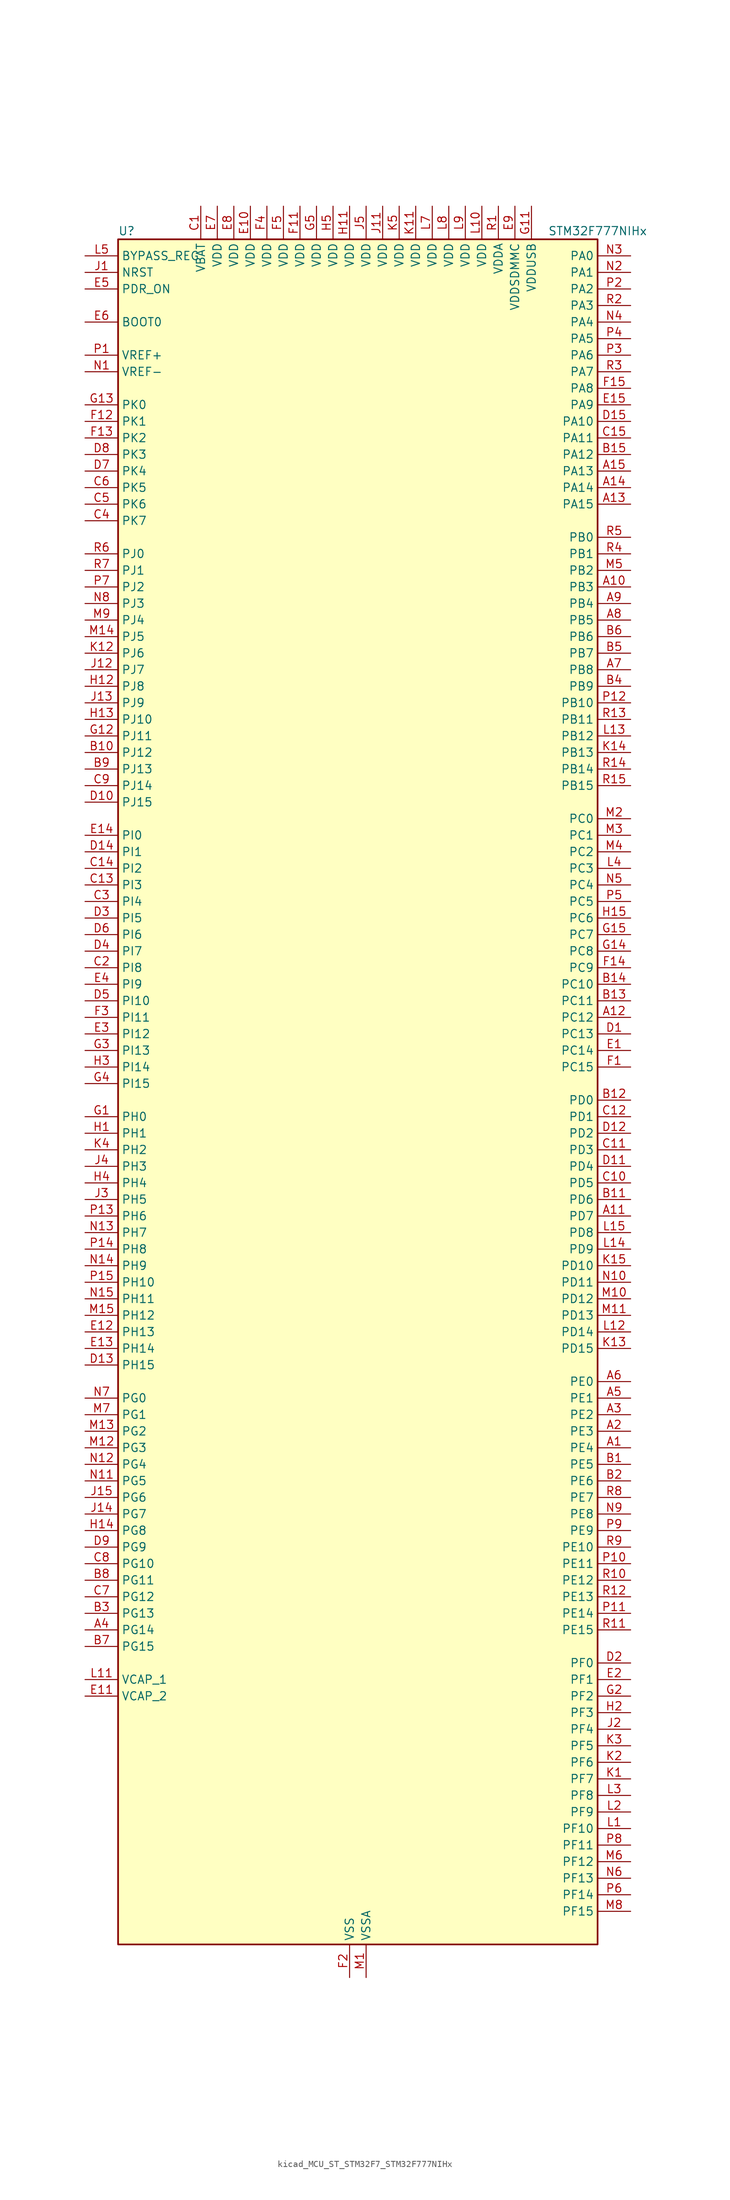
<source format=kicad_sym>
(kicad_symbol_lib
  (version 20220914)
  (generator kicad_symbol_editor)
  (symbol "kicad_MCU_ST_STM32F7_STM32F777NIHx"
    (property "Reference" "U"
      (at -35.56 133.35 0)
      (effects (font (size 1.27 1.27)) (justify left)))
    (property "Value" "STM32F777NIHx"
      (at 30.48 133.35 0)
      (effects (font (size 1.27 1.27)) (justify left)))
    (property "ki_locked" ""
      (at 0 0 0)
      (effects (font (size 1.27 1.27))))
    (symbol "kicad_MCU_ST_STM32F7_STM32F777NIHx_0_1"
      (rectangle (start -35.56 -129.54) (end 38.1 132.08) (stroke (width 0.254) (type default)) (fill (type background))))
    (symbol "kicad_MCU_ST_STM32F7_STM32F777NIHx_1_1"
      (pin bidirectional line (at 43.18 -53.34 180) (length 5.08) (name "PE4" (effects (font (size 1.27 1.27)))) (number "A1" (effects (font (size 1.27 1.27)))) (alternate "DCMI_D4" bidirectional line) (alternate "DFSDM1_DATIN3" bidirectional line) (alternate "FMC_A20" bidirectional line) (alternate "LTDC_B0" bidirectional line) (alternate "SAI1_FS_A" bidirectional line) (alternate "SPI4_NSS" bidirectional line) (alternate "SYS_TRACED1" bidirectional line))
      (pin bidirectional line (at 43.18 78.74 180) (length 5.08) (name "PB3" (effects (font (size 1.27 1.27)))) (number "A10" (effects (font (size 1.27 1.27)))) (alternate "CAN3_RX" bidirectional line) (alternate "I2S1_CK" bidirectional line) (alternate "I2S3_CK" bidirectional line) (alternate "SDMMC2_D2" bidirectional line) (alternate "SPI1_SCK" bidirectional line) (alternate "SPI3_SCK" bidirectional line) (alternate "SPI6_SCK" bidirectional line) (alternate "SYS_JTDO-SWO" bidirectional line) (alternate "TIM2_CH2" bidirectional line) (alternate "UART7_RX" bidirectional line))
      (pin bidirectional line (at 43.18 -17.78 180) (length 5.08) (name "PD7" (effects (font (size 1.27 1.27)))) (number "A11" (effects (font (size 1.27 1.27)))) (alternate "DFSDM1_CKIN1" bidirectional line) (alternate "DFSDM1_DATIN4" bidirectional line) (alternate "FMC_NE1" bidirectional line) (alternate "I2S1_SD" bidirectional line) (alternate "SDMMC2_CMD" bidirectional line) (alternate "SPDIFRX_IN0" bidirectional line) (alternate "SPI1_MOSI" bidirectional line) (alternate "USART2_CK" bidirectional line))
      (pin bidirectional line (at 43.18 12.7 180) (length 5.08) (name "PC12" (effects (font (size 1.27 1.27)))) (number "A12" (effects (font (size 1.27 1.27)))) (alternate "DCMI_D9" bidirectional line) (alternate "I2S3_SD" bidirectional line) (alternate "SDMMC1_CK" bidirectional line) (alternate "SPI3_MOSI" bidirectional line) (alternate "SYS_TRACED3" bidirectional line) (alternate "UART5_TX" bidirectional line) (alternate "USART3_CK" bidirectional line))
      (pin bidirectional line (at 43.18 91.44 180) (length 5.08) (name "PA15" (effects (font (size 1.27 1.27)))) (number "A13" (effects (font (size 1.27 1.27)))) (alternate "CAN3_TX" bidirectional line) (alternate "CEC" bidirectional line) (alternate "I2S1_WS" bidirectional line) (alternate "I2S3_WS" bidirectional line) (alternate "SPI1_NSS" bidirectional line) (alternate "SPI3_NSS" bidirectional line) (alternate "SPI6_NSS" bidirectional line) (alternate "SYS_JTDI" bidirectional line) (alternate "TIM2_CH1" bidirectional line) (alternate "TIM2_ETR" bidirectional line) (alternate "UART4_DE" bidirectional line) (alternate "UART4_RTS" bidirectional line) (alternate "UART7_TX" bidirectional line))
      (pin bidirectional line (at 43.18 93.98 180) (length 5.08) (name "PA14" (effects (font (size 1.27 1.27)))) (number "A14" (effects (font (size 1.27 1.27)))) (alternate "SYS_JTCK-SWCLK" bidirectional line))
      (pin bidirectional line (at 43.18 96.52 180) (length 5.08) (name "PA13" (effects (font (size 1.27 1.27)))) (number "A15" (effects (font (size 1.27 1.27)))) (alternate "SYS_JTMS-SWDIO" bidirectional line))
      (pin bidirectional line (at 43.18 -50.8 180) (length 5.08) (name "PE3" (effects (font (size 1.27 1.27)))) (number "A2" (effects (font (size 1.27 1.27)))) (alternate "FMC_A19" bidirectional line) (alternate "SAI1_SD_B" bidirectional line) (alternate "SYS_TRACED0" bidirectional line))
      (pin bidirectional line (at 43.18 -48.26 180) (length 5.08) (name "PE2" (effects (font (size 1.27 1.27)))) (number "A3" (effects (font (size 1.27 1.27)))) (alternate "ETH_TXD3" bidirectional line) (alternate "FMC_A23" bidirectional line) (alternate "QUADSPI_BK1_IO2" bidirectional line) (alternate "SAI1_MCLK_A" bidirectional line) (alternate "SPI4_SCK" bidirectional line) (alternate "SYS_TRACECLK" bidirectional line))
      (pin bidirectional line (at -40.64 -81.28 0) (length 5.08) (name "PG14" (effects (font (size 1.27 1.27)))) (number "A4" (effects (font (size 1.27 1.27)))) (alternate "ETH_TXD1" bidirectional line) (alternate "FMC_A25" bidirectional line) (alternate "LPTIM1_ETR" bidirectional line) (alternate "LTDC_B0" bidirectional line) (alternate "QUADSPI_BK2_IO3" bidirectional line) (alternate "SPI6_MOSI" bidirectional line) (alternate "SYS_TRACED1" bidirectional line) (alternate "USART6_TX" bidirectional line))
      (pin bidirectional line (at 43.18 -45.72 180) (length 5.08) (name "PE1" (effects (font (size 1.27 1.27)))) (number "A5" (effects (font (size 1.27 1.27)))) (alternate "DCMI_D3" bidirectional line) (alternate "FMC_NBL1" bidirectional line) (alternate "LPTIM1_IN2" bidirectional line) (alternate "UART8_TX" bidirectional line))
      (pin bidirectional line (at 43.18 -43.18 180) (length 5.08) (name "PE0" (effects (font (size 1.27 1.27)))) (number "A6" (effects (font (size 1.27 1.27)))) (alternate "DCMI_D2" bidirectional line) (alternate "FMC_NBL0" bidirectional line) (alternate "LPTIM1_ETR" bidirectional line) (alternate "SAI2_MCLK_A" bidirectional line) (alternate "TIM4_ETR" bidirectional line) (alternate "UART8_RX" bidirectional line))
      (pin bidirectional line (at 43.18 66.04 180) (length 5.08) (name "PB8" (effects (font (size 1.27 1.27)))) (number "A7" (effects (font (size 1.27 1.27)))) (alternate "CAN1_RX" bidirectional line) (alternate "DCMI_D6" bidirectional line) (alternate "DFSDM1_CKIN7" bidirectional line) (alternate "ETH_TXD3" bidirectional line) (alternate "I2C1_SCL" bidirectional line) (alternate "I2C4_SCL" bidirectional line) (alternate "LTDC_B6" bidirectional line) (alternate "SDMMC1_D4" bidirectional line) (alternate "SDMMC2_D4" bidirectional line) (alternate "TIM10_CH1" bidirectional line) (alternate "TIM4_CH3" bidirectional line) (alternate "UART5_RX" bidirectional line))
      (pin bidirectional line (at 43.18 73.66 180) (length 5.08) (name "PB5" (effects (font (size 1.27 1.27)))) (number "A8" (effects (font (size 1.27 1.27)))) (alternate "CAN2_RX" bidirectional line) (alternate "DCMI_D10" bidirectional line) (alternate "ETH_PPS_OUT" bidirectional line) (alternate "FMC_SDCKE1" bidirectional line) (alternate "I2C1_SMBA" bidirectional line) (alternate "I2S1_SD" bidirectional line) (alternate "I2S3_SD" bidirectional line) (alternate "LTDC_G7" bidirectional line) (alternate "SPI1_MOSI" bidirectional line) (alternate "SPI3_MOSI" bidirectional line) (alternate "SPI6_MOSI" bidirectional line) (alternate "TIM3_CH2" bidirectional line) (alternate "UART5_RX" bidirectional line) (alternate "USB_OTG_HS_ULPI_D7" bidirectional line))
      (pin bidirectional line (at 43.18 76.2 180) (length 5.08) (name "PB4" (effects (font (size 1.27 1.27)))) (number "A9" (effects (font (size 1.27 1.27)))) (alternate "CAN3_TX" bidirectional line) (alternate "I2S2_WS" bidirectional line) (alternate "SDMMC2_D3" bidirectional line) (alternate "SPI1_MISO" bidirectional line) (alternate "SPI2_NSS" bidirectional line) (alternate "SPI3_MISO" bidirectional line) (alternate "SPI6_MISO" bidirectional line) (alternate "SYS_JTRST" bidirectional line) (alternate "TIM3_CH1" bidirectional line) (alternate "UART7_TX" bidirectional line))
      (pin bidirectional line (at 43.18 -55.88 180) (length 5.08) (name "PE5" (effects (font (size 1.27 1.27)))) (number "B1" (effects (font (size 1.27 1.27)))) (alternate "DCMI_D6" bidirectional line) (alternate "DFSDM1_CKIN3" bidirectional line) (alternate "FMC_A21" bidirectional line) (alternate "LTDC_G0" bidirectional line) (alternate "SAI1_SCK_A" bidirectional line) (alternate "SPI4_MISO" bidirectional line) (alternate "SYS_TRACED2" bidirectional line) (alternate "TIM9_CH1" bidirectional line))
      (pin bidirectional line (at -40.64 53.34 0) (length 5.08) (name "PJ12" (effects (font (size 1.27 1.27)))) (number "B10" (effects (font (size 1.27 1.27)))) (alternate "LTDC_B0" bidirectional line) (alternate "LTDC_G3" bidirectional line))
      (pin bidirectional line (at 43.18 -15.24 180) (length 5.08) (name "PD6" (effects (font (size 1.27 1.27)))) (number "B11" (effects (font (size 1.27 1.27)))) (alternate "DCMI_D10" bidirectional line) (alternate "DFSDM1_CKIN4" bidirectional line) (alternate "DFSDM1_DATIN1" bidirectional line) (alternate "FMC_NWAIT" bidirectional line) (alternate "I2S3_SD" bidirectional line) (alternate "LTDC_B2" bidirectional line) (alternate "SAI1_SD_A" bidirectional line) (alternate "SDMMC2_CK" bidirectional line) (alternate "SPI3_MOSI" bidirectional line) (alternate "USART2_RX" bidirectional line))
      (pin bidirectional line (at 43.18 0 180) (length 5.08) (name "PD0" (effects (font (size 1.27 1.27)))) (number "B12" (effects (font (size 1.27 1.27)))) (alternate "CAN1_RX" bidirectional line) (alternate "DFSDM1_CKIN6" bidirectional line) (alternate "DFSDM1_DATIN7" bidirectional line) (alternate "FMC_D2" bidirectional line) (alternate "FMC_DA2" bidirectional line) (alternate "UART4_RX" bidirectional line))
      (pin bidirectional line (at 43.18 15.24 180) (length 5.08) (name "PC11" (effects (font (size 1.27 1.27)))) (number "B13" (effects (font (size 1.27 1.27)))) (alternate "ADC1_EXTI11" bidirectional line) (alternate "ADC2_EXTI11" bidirectional line) (alternate "ADC3_EXTI11" bidirectional line) (alternate "DCMI_D4" bidirectional line) (alternate "DFSDM1_DATIN5" bidirectional line) (alternate "QUADSPI_BK2_NCS" bidirectional line) (alternate "SDMMC1_D3" bidirectional line) (alternate "SPI3_MISO" bidirectional line) (alternate "UART4_RX" bidirectional line) (alternate "USART3_RX" bidirectional line))
      (pin bidirectional line (at 43.18 17.78 180) (length 5.08) (name "PC10" (effects (font (size 1.27 1.27)))) (number "B14" (effects (font (size 1.27 1.27)))) (alternate "DCMI_D8" bidirectional line) (alternate "DFSDM1_CKIN5" bidirectional line) (alternate "I2S3_CK" bidirectional line) (alternate "LTDC_R2" bidirectional line) (alternate "QUADSPI_BK1_IO1" bidirectional line) (alternate "SDMMC1_D2" bidirectional line) (alternate "SPI3_SCK" bidirectional line) (alternate "UART4_TX" bidirectional line) (alternate "USART3_TX" bidirectional line))
      (pin bidirectional line (at 43.18 99.06 180) (length 5.08) (name "PA12" (effects (font (size 1.27 1.27)))) (number "B15" (effects (font (size 1.27 1.27)))) (alternate "CAN1_TX" bidirectional line) (alternate "I2S2_CK" bidirectional line) (alternate "LTDC_R5" bidirectional line) (alternate "SAI2_FS_B" bidirectional line) (alternate "SPI2_SCK" bidirectional line) (alternate "TIM1_ETR" bidirectional line) (alternate "UART4_TX" bidirectional line) (alternate "USART1_DE" bidirectional line) (alternate "USART1_RTS" bidirectional line) (alternate "USB_OTG_FS_DP" bidirectional line))
      (pin bidirectional line (at 43.18 -58.42 180) (length 5.08) (name "PE6" (effects (font (size 1.27 1.27)))) (number "B2" (effects (font (size 1.27 1.27)))) (alternate "DCMI_D7" bidirectional line) (alternate "FMC_A22" bidirectional line) (alternate "LTDC_G1" bidirectional line) (alternate "SAI1_SD_A" bidirectional line) (alternate "SAI2_MCLK_B" bidirectional line) (alternate "SPI4_MOSI" bidirectional line) (alternate "SYS_TRACED3" bidirectional line) (alternate "TIM1_BKIN2" bidirectional line) (alternate "TIM9_CH2" bidirectional line))
      (pin bidirectional line (at -40.64 -78.74 0) (length 5.08) (name "PG13" (effects (font (size 1.27 1.27)))) (number "B3" (effects (font (size 1.27 1.27)))) (alternate "ETH_TXD0" bidirectional line) (alternate "FMC_A24" bidirectional line) (alternate "LPTIM1_OUT" bidirectional line) (alternate "LTDC_R0" bidirectional line) (alternate "SPI6_SCK" bidirectional line) (alternate "SYS_TRACED0" bidirectional line) (alternate "USART6_CTS" bidirectional line))
      (pin bidirectional line (at 43.18 63.5 180) (length 5.08) (name "PB9" (effects (font (size 1.27 1.27)))) (number "B4" (effects (font (size 1.27 1.27)))) (alternate "CAN1_TX" bidirectional line) (alternate "DAC_EXTI9" bidirectional line) (alternate "DCMI_D7" bidirectional line) (alternate "DFSDM1_DATIN7" bidirectional line) (alternate "I2C1_SDA" bidirectional line) (alternate "I2C4_SDA" bidirectional line) (alternate "I2C4_SMBA" bidirectional line) (alternate "I2S2_WS" bidirectional line) (alternate "LTDC_B7" bidirectional line) (alternate "SDMMC1_D5" bidirectional line) (alternate "SDMMC2_D5" bidirectional line) (alternate "SPI2_NSS" bidirectional line) (alternate "TIM11_CH1" bidirectional line) (alternate "TIM4_CH4" bidirectional line) (alternate "UART5_TX" bidirectional line))
      (pin bidirectional line (at 43.18 68.58 180) (length 5.08) (name "PB7" (effects (font (size 1.27 1.27)))) (number "B5" (effects (font (size 1.27 1.27)))) (alternate "DCMI_VSYNC" bidirectional line) (alternate "DFSDM1_CKIN5" bidirectional line) (alternate "FMC_NL" bidirectional line) (alternate "I2C1_SDA" bidirectional line) (alternate "I2C4_SDA" bidirectional line) (alternate "TIM4_CH2" bidirectional line) (alternate "USART1_RX" bidirectional line))
      (pin bidirectional line (at 43.18 71.12 180) (length 5.08) (name "PB6" (effects (font (size 1.27 1.27)))) (number "B6" (effects (font (size 1.27 1.27)))) (alternate "CAN2_TX" bidirectional line) (alternate "CEC" bidirectional line) (alternate "DCMI_D5" bidirectional line) (alternate "DFSDM1_DATIN5" bidirectional line) (alternate "FMC_SDNE1" bidirectional line) (alternate "I2C1_SCL" bidirectional line) (alternate "I2C4_SCL" bidirectional line) (alternate "QUADSPI_BK1_NCS" bidirectional line) (alternate "TIM4_CH1" bidirectional line) (alternate "UART5_TX" bidirectional line) (alternate "USART1_TX" bidirectional line))
      (pin bidirectional line (at -40.64 -83.82 0) (length 5.08) (name "PG15" (effects (font (size 1.27 1.27)))) (number "B7" (effects (font (size 1.27 1.27)))) (alternate "DCMI_D13" bidirectional line) (alternate "FMC_SDNCAS" bidirectional line) (alternate "USART6_CTS" bidirectional line))
      (pin bidirectional line (at -40.64 -73.66 0) (length 5.08) (name "PG11" (effects (font (size 1.27 1.27)))) (number "B8" (effects (font (size 1.27 1.27)))) (alternate "ADC1_EXTI11" bidirectional line) (alternate "ADC2_EXTI11" bidirectional line) (alternate "ADC3_EXTI11" bidirectional line) (alternate "DCMI_D3" bidirectional line) (alternate "ETH_TX_EN" bidirectional line) (alternate "I2S1_CK" bidirectional line) (alternate "LTDC_B3" bidirectional line) (alternate "SDMMC2_D2" bidirectional line) (alternate "SPDIFRX_IN0" bidirectional line) (alternate "SPI1_SCK" bidirectional line))
      (pin bidirectional line (at -40.64 50.8 0) (length 5.08) (name "PJ13" (effects (font (size 1.27 1.27)))) (number "B9" (effects (font (size 1.27 1.27)))) (alternate "LTDC_B1" bidirectional line) (alternate "LTDC_G4" bidirectional line))
      (pin power_in line (at -22.86 137.16 270) (length 5.08) (name "VBAT" (effects (font (size 1.27 1.27)))) (number "C1" (effects (font (size 1.27 1.27)))))
      (pin bidirectional line (at 43.18 -12.7 180) (length 5.08) (name "PD5" (effects (font (size 1.27 1.27)))) (number "C10" (effects (font (size 1.27 1.27)))) (alternate "FMC_NWE" bidirectional line) (alternate "USART2_TX" bidirectional line))
      (pin bidirectional line (at 43.18 -7.62 180) (length 5.08) (name "PD3" (effects (font (size 1.27 1.27)))) (number "C11" (effects (font (size 1.27 1.27)))) (alternate "DCMI_D5" bidirectional line) (alternate "DFSDM1_CKOUT" bidirectional line) (alternate "DFSDM1_DATIN0" bidirectional line) (alternate "FMC_CLK" bidirectional line) (alternate "I2S2_CK" bidirectional line) (alternate "LTDC_G7" bidirectional line) (alternate "SPI2_SCK" bidirectional line) (alternate "USART2_CTS" bidirectional line))
      (pin bidirectional line (at 43.18 -2.54 180) (length 5.08) (name "PD1" (effects (font (size 1.27 1.27)))) (number "C12" (effects (font (size 1.27 1.27)))) (alternate "CAN1_TX" bidirectional line) (alternate "DFSDM1_CKIN7" bidirectional line) (alternate "DFSDM1_DATIN6" bidirectional line) (alternate "FMC_D3" bidirectional line) (alternate "FMC_DA3" bidirectional line) (alternate "UART4_TX" bidirectional line))
      (pin bidirectional line (at -40.64 33.02 0) (length 5.08) (name "PI3" (effects (font (size 1.27 1.27)))) (number "C13" (effects (font (size 1.27 1.27)))) (alternate "DCMI_D10" bidirectional line) (alternate "FMC_D27" bidirectional line) (alternate "I2S2_SD" bidirectional line) (alternate "SPI2_MOSI" bidirectional line) (alternate "TIM8_ETR" bidirectional line))
      (pin bidirectional line (at -40.64 35.56 0) (length 5.08) (name "PI2" (effects (font (size 1.27 1.27)))) (number "C14" (effects (font (size 1.27 1.27)))) (alternate "DCMI_D9" bidirectional line) (alternate "FMC_D26" bidirectional line) (alternate "LTDC_G7" bidirectional line) (alternate "SPI2_MISO" bidirectional line) (alternate "TIM8_CH4" bidirectional line))
      (pin bidirectional line (at 43.18 101.6 180) (length 5.08) (name "PA11" (effects (font (size 1.27 1.27)))) (number "C15" (effects (font (size 1.27 1.27)))) (alternate "ADC1_EXTI11" bidirectional line) (alternate "ADC2_EXTI11" bidirectional line) (alternate "ADC3_EXTI11" bidirectional line) (alternate "CAN1_RX" bidirectional line) (alternate "I2S2_WS" bidirectional line) (alternate "LTDC_R4" bidirectional line) (alternate "SPI2_NSS" bidirectional line) (alternate "TIM1_CH4" bidirectional line) (alternate "UART4_RX" bidirectional line) (alternate "USART1_CTS" bidirectional line) (alternate "USB_OTG_FS_DM" bidirectional line))
      (pin bidirectional line (at -40.64 20.32 0) (length 5.08) (name "PI8" (effects (font (size 1.27 1.27)))) (number "C2" (effects (font (size 1.27 1.27)))) (alternate "RTC_TAMP2" bidirectional line) (alternate "RTC_TS" bidirectional line) (alternate "SYS_WKUP5" bidirectional line))
      (pin bidirectional line (at -40.64 30.48 0) (length 5.08) (name "PI4" (effects (font (size 1.27 1.27)))) (number "C3" (effects (font (size 1.27 1.27)))) (alternate "DCMI_D5" bidirectional line) (alternate "FMC_NBL2" bidirectional line) (alternate "LTDC_B4" bidirectional line) (alternate "SAI2_MCLK_A" bidirectional line) (alternate "TIM8_BKIN" bidirectional line))
      (pin bidirectional line (at -40.64 88.9 0) (length 5.08) (name "PK7" (effects (font (size 1.27 1.27)))) (number "C4" (effects (font (size 1.27 1.27)))) (alternate "LTDC_DE" bidirectional line))
      (pin bidirectional line (at -40.64 91.44 0) (length 5.08) (name "PK6" (effects (font (size 1.27 1.27)))) (number "C5" (effects (font (size 1.27 1.27)))) (alternate "LTDC_B7" bidirectional line))
      (pin bidirectional line (at -40.64 93.98 0) (length 5.08) (name "PK5" (effects (font (size 1.27 1.27)))) (number "C6" (effects (font (size 1.27 1.27)))) (alternate "LTDC_B6" bidirectional line))
      (pin bidirectional line (at -40.64 -76.2 0) (length 5.08) (name "PG12" (effects (font (size 1.27 1.27)))) (number "C7" (effects (font (size 1.27 1.27)))) (alternate "FMC_NE4" bidirectional line) (alternate "LPTIM1_IN1" bidirectional line) (alternate "LTDC_B1" bidirectional line) (alternate "LTDC_B4" bidirectional line) (alternate "SDMMC2_D3" bidirectional line) (alternate "SPDIFRX_IN1" bidirectional line) (alternate "SPI6_MISO" bidirectional line) (alternate "USART6_DE" bidirectional line) (alternate "USART6_RTS" bidirectional line))
      (pin bidirectional line (at -40.64 -71.12 0) (length 5.08) (name "PG10" (effects (font (size 1.27 1.27)))) (number "C8" (effects (font (size 1.27 1.27)))) (alternate "DCMI_D2" bidirectional line) (alternate "FMC_NE3" bidirectional line) (alternate "I2S1_WS" bidirectional line) (alternate "LTDC_B2" bidirectional line) (alternate "LTDC_G3" bidirectional line) (alternate "SAI2_SD_B" bidirectional line) (alternate "SDMMC2_D1" bidirectional line) (alternate "SPI1_NSS" bidirectional line))
      (pin bidirectional line (at -40.64 48.26 0) (length 5.08) (name "PJ14" (effects (font (size 1.27 1.27)))) (number "C9" (effects (font (size 1.27 1.27)))) (alternate "LTDC_B2" bidirectional line))
      (pin bidirectional line (at 43.18 10.16 180) (length 5.08) (name "PC13" (effects (font (size 1.27 1.27)))) (number "D1" (effects (font (size 1.27 1.27)))) (alternate "RTC_OUT" bidirectional line) (alternate "RTC_TAMP1" bidirectional line) (alternate "RTC_TS" bidirectional line) (alternate "SYS_WKUP4" bidirectional line))
      (pin bidirectional line (at -40.64 45.72 0) (length 5.08) (name "PJ15" (effects (font (size 1.27 1.27)))) (number "D10" (effects (font (size 1.27 1.27)))) (alternate "LTDC_B3" bidirectional line))
      (pin bidirectional line (at 43.18 -10.16 180) (length 5.08) (name "PD4" (effects (font (size 1.27 1.27)))) (number "D11" (effects (font (size 1.27 1.27)))) (alternate "DFSDM1_CKIN0" bidirectional line) (alternate "FMC_NOE" bidirectional line) (alternate "USART2_DE" bidirectional line) (alternate "USART2_RTS" bidirectional line))
      (pin bidirectional line (at 43.18 -5.08 180) (length 5.08) (name "PD2" (effects (font (size 1.27 1.27)))) (number "D12" (effects (font (size 1.27 1.27)))) (alternate "DCMI_D11" bidirectional line) (alternate "SDMMC1_CMD" bidirectional line) (alternate "SYS_TRACED2" bidirectional line) (alternate "TIM3_ETR" bidirectional line) (alternate "UART5_RX" bidirectional line))
      (pin bidirectional line (at -40.64 -40.64 0) (length 5.08) (name "PH15" (effects (font (size 1.27 1.27)))) (number "D13" (effects (font (size 1.27 1.27)))) (alternate "DCMI_D11" bidirectional line) (alternate "FMC_D23" bidirectional line) (alternate "LTDC_G4" bidirectional line) (alternate "TIM8_CH3N" bidirectional line))
      (pin bidirectional line (at -40.64 38.1 0) (length 5.08) (name "PI1" (effects (font (size 1.27 1.27)))) (number "D14" (effects (font (size 1.27 1.27)))) (alternate "DCMI_D8" bidirectional line) (alternate "FMC_D25" bidirectional line) (alternate "I2S2_CK" bidirectional line) (alternate "LTDC_G6" bidirectional line) (alternate "SPI2_SCK" bidirectional line) (alternate "TIM8_BKIN2" bidirectional line))
      (pin bidirectional line (at 43.18 104.14 180) (length 5.08) (name "PA10" (effects (font (size 1.27 1.27)))) (number "D15" (effects (font (size 1.27 1.27)))) (alternate "DCMI_D1" bidirectional line) (alternate "LTDC_B1" bidirectional line) (alternate "LTDC_B4" bidirectional line) (alternate "MDIOS_MDIO" bidirectional line) (alternate "TIM1_CH3" bidirectional line) (alternate "USART1_RX" bidirectional line) (alternate "USB_OTG_FS_ID" bidirectional line))
      (pin bidirectional line (at 43.18 -86.36 180) (length 5.08) (name "PF0" (effects (font (size 1.27 1.27)))) (number "D2" (effects (font (size 1.27 1.27)))) (alternate "FMC_A0" bidirectional line) (alternate "I2C2_SDA" bidirectional line))
      (pin bidirectional line (at -40.64 27.94 0) (length 5.08) (name "PI5" (effects (font (size 1.27 1.27)))) (number "D3" (effects (font (size 1.27 1.27)))) (alternate "DCMI_VSYNC" bidirectional line) (alternate "FMC_NBL3" bidirectional line) (alternate "LTDC_B5" bidirectional line) (alternate "SAI2_SCK_A" bidirectional line) (alternate "TIM8_CH1" bidirectional line))
      (pin bidirectional line (at -40.64 22.86 0) (length 5.08) (name "PI7" (effects (font (size 1.27 1.27)))) (number "D4" (effects (font (size 1.27 1.27)))) (alternate "DCMI_D7" bidirectional line) (alternate "FMC_D29" bidirectional line) (alternate "LTDC_B7" bidirectional line) (alternate "SAI2_FS_A" bidirectional line) (alternate "TIM8_CH3" bidirectional line))
      (pin bidirectional line (at -40.64 15.24 0) (length 5.08) (name "PI10" (effects (font (size 1.27 1.27)))) (number "D5" (effects (font (size 1.27 1.27)))) (alternate "ETH_RX_ER" bidirectional line) (alternate "FMC_D31" bidirectional line) (alternate "LTDC_HSYNC" bidirectional line))
      (pin bidirectional line (at -40.64 25.4 0) (length 5.08) (name "PI6" (effects (font (size 1.27 1.27)))) (number "D6" (effects (font (size 1.27 1.27)))) (alternate "DCMI_D6" bidirectional line) (alternate "FMC_D28" bidirectional line) (alternate "LTDC_B6" bidirectional line) (alternate "SAI2_SD_A" bidirectional line) (alternate "TIM8_CH2" bidirectional line))
      (pin bidirectional line (at -40.64 96.52 0) (length 5.08) (name "PK4" (effects (font (size 1.27 1.27)))) (number "D7" (effects (font (size 1.27 1.27)))) (alternate "LTDC_B5" bidirectional line))
      (pin bidirectional line (at -40.64 99.06 0) (length 5.08) (name "PK3" (effects (font (size 1.27 1.27)))) (number "D8" (effects (font (size 1.27 1.27)))) (alternate "LTDC_B4" bidirectional line))
      (pin bidirectional line (at -40.64 -68.58 0) (length 5.08) (name "PG9" (effects (font (size 1.27 1.27)))) (number "D9" (effects (font (size 1.27 1.27)))) (alternate "DAC_EXTI9" bidirectional line) (alternate "DCMI_VSYNC" bidirectional line) (alternate "FMC_NCE" bidirectional line) (alternate "FMC_NE2" bidirectional line) (alternate "QUADSPI_BK2_IO2" bidirectional line) (alternate "SAI2_FS_B" bidirectional line) (alternate "SDMMC2_D0" bidirectional line) (alternate "SPDIFRX_IN3" bidirectional line) (alternate "SPI1_MISO" bidirectional line) (alternate "USART6_RX" bidirectional line))
      (pin bidirectional line (at 43.18 7.62 180) (length 5.08) (name "PC14" (effects (font (size 1.27 1.27)))) (number "E1" (effects (font (size 1.27 1.27)))) (alternate "RCC_OSC32_IN" bidirectional line))
      (pin power_in line (at -15.24 137.16 270) (length 5.08) (name "VDD" (effects (font (size 1.27 1.27)))) (number "E10" (effects (font (size 1.27 1.27)))))
      (pin power_out line (at -40.64 -91.44 0) (length 5.08) (name "VCAP_2" (effects (font (size 1.27 1.27)))) (number "E11" (effects (font (size 1.27 1.27)))))
      (pin bidirectional line (at -40.64 -35.56 0) (length 5.08) (name "PH13" (effects (font (size 1.27 1.27)))) (number "E12" (effects (font (size 1.27 1.27)))) (alternate "CAN1_TX" bidirectional line) (alternate "FMC_D21" bidirectional line) (alternate "LTDC_G2" bidirectional line) (alternate "TIM8_CH1N" bidirectional line) (alternate "UART4_TX" bidirectional line))
      (pin bidirectional line (at -40.64 -38.1 0) (length 5.08) (name "PH14" (effects (font (size 1.27 1.27)))) (number "E13" (effects (font (size 1.27 1.27)))) (alternate "CAN1_RX" bidirectional line) (alternate "DCMI_D4" bidirectional line) (alternate "FMC_D22" bidirectional line) (alternate "LTDC_G3" bidirectional line) (alternate "TIM8_CH2N" bidirectional line) (alternate "UART4_RX" bidirectional line))
      (pin bidirectional line (at -40.64 40.64 0) (length 5.08) (name "PI0" (effects (font (size 1.27 1.27)))) (number "E14" (effects (font (size 1.27 1.27)))) (alternate "DCMI_D13" bidirectional line) (alternate "FMC_D24" bidirectional line) (alternate "I2S2_WS" bidirectional line) (alternate "LTDC_G5" bidirectional line) (alternate "SPI2_NSS" bidirectional line) (alternate "TIM5_CH4" bidirectional line))
      (pin bidirectional line (at 43.18 106.68 180) (length 5.08) (name "PA9" (effects (font (size 1.27 1.27)))) (number "E15" (effects (font (size 1.27 1.27)))) (alternate "DAC_EXTI9" bidirectional line) (alternate "DCMI_D0" bidirectional line) (alternate "I2C3_SMBA" bidirectional line) (alternate "I2S2_CK" bidirectional line) (alternate "LTDC_R5" bidirectional line) (alternate "SPI2_SCK" bidirectional line) (alternate "TIM1_CH2" bidirectional line) (alternate "USART1_TX" bidirectional line) (alternate "USB_OTG_FS_VBUS" bidirectional line))
      (pin bidirectional line (at 43.18 -88.9 180) (length 5.08) (name "PF1" (effects (font (size 1.27 1.27)))) (number "E2" (effects (font (size 1.27 1.27)))) (alternate "FMC_A1" bidirectional line) (alternate "I2C2_SCL" bidirectional line))
      (pin bidirectional line (at -40.64 10.16 0) (length 5.08) (name "PI12" (effects (font (size 1.27 1.27)))) (number "E3" (effects (font (size 1.27 1.27)))) (alternate "LTDC_HSYNC" bidirectional line))
      (pin bidirectional line (at -40.64 17.78 0) (length 5.08) (name "PI9" (effects (font (size 1.27 1.27)))) (number "E4" (effects (font (size 1.27 1.27)))) (alternate "CAN1_RX" bidirectional line) (alternate "DAC_EXTI9" bidirectional line) (alternate "FMC_D30" bidirectional line) (alternate "LTDC_VSYNC" bidirectional line) (alternate "UART4_RX" bidirectional line))
      (pin input line (at -40.64 124.46 0) (length 5.08) (name "PDR_ON" (effects (font (size 1.27 1.27)))) (number "E5" (effects (font (size 1.27 1.27)))))
      (pin input line (at -40.64 119.38 0) (length 5.08) (name "BOOT0" (effects (font (size 1.27 1.27)))) (number "E6" (effects (font (size 1.27 1.27)))))
      (pin power_in line (at -20.32 137.16 270) (length 5.08) (name "VDD" (effects (font (size 1.27 1.27)))) (number "E7" (effects (font (size 1.27 1.27)))))
      (pin power_in line (at -17.78 137.16 270) (length 5.08) (name "VDD" (effects (font (size 1.27 1.27)))) (number "E8" (effects (font (size 1.27 1.27)))))
      (pin power_in line (at 25.4 137.16 270) (length 5.08) (name "VDDSDMMC" (effects (font (size 1.27 1.27)))) (number "E9" (effects (font (size 1.27 1.27)))))
      (pin bidirectional line (at 43.18 5.08 180) (length 5.08) (name "PC15" (effects (font (size 1.27 1.27)))) (number "F1" (effects (font (size 1.27 1.27)))) (alternate "RCC_OSC32_OUT" bidirectional line))
      (pin passive line (at 0 -134.62 90) (length 5.08) hide (name "VSS" (effects (font (size 1.27 1.27)))) (number "F10" (effects (font (size 1.27 1.27)))))
      (pin power_in line (at -7.62 137.16 270) (length 5.08) (name "VDD" (effects (font (size 1.27 1.27)))) (number "F11" (effects (font (size 1.27 1.27)))))
      (pin bidirectional line (at -40.64 104.14 0) (length 5.08) (name "PK1" (effects (font (size 1.27 1.27)))) (number "F12" (effects (font (size 1.27 1.27)))) (alternate "LTDC_G6" bidirectional line))
      (pin bidirectional line (at -40.64 101.6 0) (length 5.08) (name "PK2" (effects (font (size 1.27 1.27)))) (number "F13" (effects (font (size 1.27 1.27)))) (alternate "LTDC_G7" bidirectional line))
      (pin bidirectional line (at 43.18 20.32 180) (length 5.08) (name "PC9" (effects (font (size 1.27 1.27)))) (number "F14" (effects (font (size 1.27 1.27)))) (alternate "DAC_EXTI9" bidirectional line) (alternate "DCMI_D3" bidirectional line) (alternate "I2C3_SDA" bidirectional line) (alternate "I2S_CKIN" bidirectional line) (alternate "LTDC_B2" bidirectional line) (alternate "LTDC_G3" bidirectional line) (alternate "QUADSPI_BK1_IO0" bidirectional line) (alternate "RCC_MCO_2" bidirectional line) (alternate "SDMMC1_D1" bidirectional line) (alternate "TIM3_CH4" bidirectional line) (alternate "TIM8_CH4" bidirectional line) (alternate "UART5_CTS" bidirectional line))
      (pin bidirectional line (at 43.18 109.22 180) (length 5.08) (name "PA8" (effects (font (size 1.27 1.27)))) (number "F15" (effects (font (size 1.27 1.27)))) (alternate "CAN3_RX" bidirectional line) (alternate "I2C3_SCL" bidirectional line) (alternate "LTDC_B3" bidirectional line) (alternate "LTDC_R6" bidirectional line) (alternate "RCC_MCO_1" bidirectional line) (alternate "TIM1_CH1" bidirectional line) (alternate "TIM8_BKIN2" bidirectional line) (alternate "UART7_RX" bidirectional line) (alternate "USART1_CK" bidirectional line) (alternate "USB_OTG_FS_SOF" bidirectional line))
      (pin power_in line (at 0 -134.62 90) (length 5.08) (name "VSS" (effects (font (size 1.27 1.27)))) (number "F2" (effects (font (size 1.27 1.27)))))
      (pin bidirectional line (at -40.64 12.7 0) (length 5.08) (name "PI11" (effects (font (size 1.27 1.27)))) (number "F3" (effects (font (size 1.27 1.27)))) (alternate "ADC1_EXTI11" bidirectional line) (alternate "ADC2_EXTI11" bidirectional line) (alternate "ADC3_EXTI11" bidirectional line) (alternate "LTDC_G6" bidirectional line) (alternate "SYS_WKUP6" bidirectional line) (alternate "USB_OTG_HS_ULPI_DIR" bidirectional line))
      (pin power_in line (at -12.7 137.16 270) (length 5.08) (name "VDD" (effects (font (size 1.27 1.27)))) (number "F4" (effects (font (size 1.27 1.27)))))
      (pin power_in line (at -10.16 137.16 270) (length 5.08) (name "VDD" (effects (font (size 1.27 1.27)))) (number "F5" (effects (font (size 1.27 1.27)))))
      (pin passive line (at 0 -134.62 90) (length 5.08) hide (name "VSS" (effects (font (size 1.27 1.27)))) (number "F6" (effects (font (size 1.27 1.27)))))
      (pin passive line (at 0 -134.62 90) (length 5.08) hide (name "VSS" (effects (font (size 1.27 1.27)))) (number "F7" (effects (font (size 1.27 1.27)))))
      (pin passive line (at 0 -134.62 90) (length 5.08) hide (name "VSS" (effects (font (size 1.27 1.27)))) (number "F8" (effects (font (size 1.27 1.27)))))
      (pin passive line (at 0 -134.62 90) (length 5.08) hide (name "VSS" (effects (font (size 1.27 1.27)))) (number "F9" (effects (font (size 1.27 1.27)))))
      (pin bidirectional line (at -40.64 -2.54 0) (length 5.08) (name "PH0" (effects (font (size 1.27 1.27)))) (number "G1" (effects (font (size 1.27 1.27)))) (alternate "RCC_OSC_IN" bidirectional line))
      (pin passive line (at 0 -134.62 90) (length 5.08) hide (name "VSS" (effects (font (size 1.27 1.27)))) (number "G10" (effects (font (size 1.27 1.27)))))
      (pin power_in line (at 27.94 137.16 270) (length 5.08) (name "VDDUSB" (effects (font (size 1.27 1.27)))) (number "G11" (effects (font (size 1.27 1.27)))))
      (pin bidirectional line (at -40.64 55.88 0) (length 5.08) (name "PJ11" (effects (font (size 1.27 1.27)))) (number "G12" (effects (font (size 1.27 1.27)))) (alternate "ADC1_EXTI11" bidirectional line) (alternate "ADC2_EXTI11" bidirectional line) (alternate "ADC3_EXTI11" bidirectional line) (alternate "LTDC_G4" bidirectional line))
      (pin bidirectional line (at -40.64 106.68 0) (length 5.08) (name "PK0" (effects (font (size 1.27 1.27)))) (number "G13" (effects (font (size 1.27 1.27)))) (alternate "LTDC_G5" bidirectional line))
      (pin bidirectional line (at 43.18 22.86 180) (length 5.08) (name "PC8" (effects (font (size 1.27 1.27)))) (number "G14" (effects (font (size 1.27 1.27)))) (alternate "DCMI_D2" bidirectional line) (alternate "FMC_NCE" bidirectional line) (alternate "FMC_NE2" bidirectional line) (alternate "SDMMC1_D0" bidirectional line) (alternate "SYS_TRACED1" bidirectional line) (alternate "TIM3_CH3" bidirectional line) (alternate "TIM8_CH3" bidirectional line) (alternate "UART5_DE" bidirectional line) (alternate "UART5_RTS" bidirectional line) (alternate "USART6_CK" bidirectional line))
      (pin bidirectional line (at 43.18 25.4 180) (length 5.08) (name "PC7" (effects (font (size 1.27 1.27)))) (number "G15" (effects (font (size 1.27 1.27)))) (alternate "DCMI_D1" bidirectional line) (alternate "DFSDM1_DATIN3" bidirectional line) (alternate "FMC_NE1" bidirectional line) (alternate "I2S3_MCK" bidirectional line) (alternate "LTDC_G6" bidirectional line) (alternate "SDMMC1_D7" bidirectional line) (alternate "SDMMC2_D7" bidirectional line) (alternate "TIM3_CH2" bidirectional line) (alternate "TIM8_CH2" bidirectional line) (alternate "USART6_RX" bidirectional line))
      (pin bidirectional line (at 43.18 -91.44 180) (length 5.08) (name "PF2" (effects (font (size 1.27 1.27)))) (number "G2" (effects (font (size 1.27 1.27)))) (alternate "FMC_A2" bidirectional line) (alternate "I2C2_SMBA" bidirectional line))
      (pin bidirectional line (at -40.64 7.62 0) (length 5.08) (name "PI13" (effects (font (size 1.27 1.27)))) (number "G3" (effects (font (size 1.27 1.27)))) (alternate "LTDC_VSYNC" bidirectional line))
      (pin bidirectional line (at -40.64 2.54 0) (length 5.08) (name "PI15" (effects (font (size 1.27 1.27)))) (number "G4" (effects (font (size 1.27 1.27)))) (alternate "LTDC_G2" bidirectional line) (alternate "LTDC_R0" bidirectional line))
      (pin power_in line (at -5.08 137.16 270) (length 5.08) (name "VDD" (effects (font (size 1.27 1.27)))) (number "G5" (effects (font (size 1.27 1.27)))))
      (pin passive line (at 0 -134.62 90) (length 5.08) hide (name "VSS" (effects (font (size 1.27 1.27)))) (number "G6" (effects (font (size 1.27 1.27)))))
      (pin bidirectional line (at -40.64 -5.08 0) (length 5.08) (name "PH1" (effects (font (size 1.27 1.27)))) (number "H1" (effects (font (size 1.27 1.27)))) (alternate "RCC_OSC_OUT" bidirectional line))
      (pin passive line (at 0 -134.62 90) (length 5.08) hide (name "VSS" (effects (font (size 1.27 1.27)))) (number "H10" (effects (font (size 1.27 1.27)))))
      (pin power_in line (at 0 137.16 270) (length 5.08) (name "VDD" (effects (font (size 1.27 1.27)))) (number "H11" (effects (font (size 1.27 1.27)))))
      (pin bidirectional line (at -40.64 63.5 0) (length 5.08) (name "PJ8" (effects (font (size 1.27 1.27)))) (number "H12" (effects (font (size 1.27 1.27)))) (alternate "LTDC_G1" bidirectional line))
      (pin bidirectional line (at -40.64 58.42 0) (length 5.08) (name "PJ10" (effects (font (size 1.27 1.27)))) (number "H13" (effects (font (size 1.27 1.27)))) (alternate "LTDC_G3" bidirectional line))
      (pin bidirectional line (at -40.64 -66.04 0) (length 5.08) (name "PG8" (effects (font (size 1.27 1.27)))) (number "H14" (effects (font (size 1.27 1.27)))) (alternate "ETH_PPS_OUT" bidirectional line) (alternate "FMC_SDCLK" bidirectional line) (alternate "LTDC_G7" bidirectional line) (alternate "SPDIFRX_IN2" bidirectional line) (alternate "SPI6_NSS" bidirectional line) (alternate "USART6_DE" bidirectional line) (alternate "USART6_RTS" bidirectional line))
      (pin bidirectional line (at 43.18 27.94 180) (length 5.08) (name "PC6" (effects (font (size 1.27 1.27)))) (number "H15" (effects (font (size 1.27 1.27)))) (alternate "DCMI_D0" bidirectional line) (alternate "DFSDM1_CKIN3" bidirectional line) (alternate "FMC_NWAIT" bidirectional line) (alternate "I2S2_MCK" bidirectional line) (alternate "LTDC_HSYNC" bidirectional line) (alternate "SDMMC1_D6" bidirectional line) (alternate "SDMMC2_D6" bidirectional line) (alternate "TIM3_CH1" bidirectional line) (alternate "TIM8_CH1" bidirectional line) (alternate "USART6_TX" bidirectional line))
      (pin bidirectional line (at 43.18 -93.98 180) (length 5.08) (name "PF3" (effects (font (size 1.27 1.27)))) (number "H2" (effects (font (size 1.27 1.27)))) (alternate "ADC3_IN9" bidirectional line) (alternate "FMC_A3" bidirectional line))
      (pin bidirectional line (at -40.64 5.08 0) (length 5.08) (name "PI14" (effects (font (size 1.27 1.27)))) (number "H3" (effects (font (size 1.27 1.27)))) (alternate "LTDC_CLK" bidirectional line))
      (pin bidirectional line (at -40.64 -12.7 0) (length 5.08) (name "PH4" (effects (font (size 1.27 1.27)))) (number "H4" (effects (font (size 1.27 1.27)))) (alternate "I2C2_SCL" bidirectional line) (alternate "LTDC_G4" bidirectional line) (alternate "LTDC_G5" bidirectional line) (alternate "USB_OTG_HS_ULPI_NXT" bidirectional line))
      (pin power_in line (at -2.54 137.16 270) (length 5.08) (name "VDD" (effects (font (size 1.27 1.27)))) (number "H5" (effects (font (size 1.27 1.27)))))
      (pin passive line (at 0 -134.62 90) (length 5.08) hide (name "VSS" (effects (font (size 1.27 1.27)))) (number "H6" (effects (font (size 1.27 1.27)))))
      (pin input line (at -40.64 127 0) (length 5.08) (name "NRST" (effects (font (size 1.27 1.27)))) (number "J1" (effects (font (size 1.27 1.27)))))
      (pin passive line (at 0 -134.62 90) (length 5.08) hide (name "VSS" (effects (font (size 1.27 1.27)))) (number "J10" (effects (font (size 1.27 1.27)))))
      (pin power_in line (at 5.08 137.16 270) (length 5.08) (name "VDD" (effects (font (size 1.27 1.27)))) (number "J11" (effects (font (size 1.27 1.27)))))
      (pin bidirectional line (at -40.64 66.04 0) (length 5.08) (name "PJ7" (effects (font (size 1.27 1.27)))) (number "J12" (effects (font (size 1.27 1.27)))) (alternate "LTDC_G0" bidirectional line))
      (pin bidirectional line (at -40.64 60.96 0) (length 5.08) (name "PJ9" (effects (font (size 1.27 1.27)))) (number "J13" (effects (font (size 1.27 1.27)))) (alternate "DAC_EXTI9" bidirectional line) (alternate "LTDC_G2" bidirectional line))
      (pin bidirectional line (at -40.64 -63.5 0) (length 5.08) (name "PG7" (effects (font (size 1.27 1.27)))) (number "J14" (effects (font (size 1.27 1.27)))) (alternate "DCMI_D13" bidirectional line) (alternate "FMC_INT" bidirectional line) (alternate "LTDC_CLK" bidirectional line) (alternate "SAI1_MCLK_A" bidirectional line) (alternate "USART6_CK" bidirectional line))
      (pin bidirectional line (at -40.64 -60.96 0) (length 5.08) (name "PG6" (effects (font (size 1.27 1.27)))) (number "J15" (effects (font (size 1.27 1.27)))) (alternate "DCMI_D12" bidirectional line) (alternate "FMC_NE3" bidirectional line) (alternate "LTDC_R7" bidirectional line))
      (pin bidirectional line (at 43.18 -96.52 180) (length 5.08) (name "PF4" (effects (font (size 1.27 1.27)))) (number "J2" (effects (font (size 1.27 1.27)))) (alternate "ADC3_IN14" bidirectional line) (alternate "FMC_A4" bidirectional line))
      (pin bidirectional line (at -40.64 -15.24 0) (length 5.08) (name "PH5" (effects (font (size 1.27 1.27)))) (number "J3" (effects (font (size 1.27 1.27)))) (alternate "FMC_SDNWE" bidirectional line) (alternate "I2C2_SDA" bidirectional line) (alternate "SPI5_NSS" bidirectional line))
      (pin bidirectional line (at -40.64 -10.16 0) (length 5.08) (name "PH3" (effects (font (size 1.27 1.27)))) (number "J4" (effects (font (size 1.27 1.27)))) (alternate "ETH_COL" bidirectional line) (alternate "FMC_SDNE0" bidirectional line) (alternate "LTDC_R1" bidirectional line) (alternate "QUADSPI_BK2_IO1" bidirectional line) (alternate "SAI2_MCLK_B" bidirectional line))
      (pin power_in line (at 2.54 137.16 270) (length 5.08) (name "VDD" (effects (font (size 1.27 1.27)))) (number "J5" (effects (font (size 1.27 1.27)))))
      (pin passive line (at 0 -134.62 90) (length 5.08) hide (name "VSS" (effects (font (size 1.27 1.27)))) (number "J6" (effects (font (size 1.27 1.27)))))
      (pin bidirectional line (at 43.18 -104.14 180) (length 5.08) (name "PF7" (effects (font (size 1.27 1.27)))) (number "K1" (effects (font (size 1.27 1.27)))) (alternate "ADC3_IN5" bidirectional line) (alternate "QUADSPI_BK1_IO2" bidirectional line) (alternate "SAI1_MCLK_B" bidirectional line) (alternate "SPI5_SCK" bidirectional line) (alternate "TIM11_CH1" bidirectional line) (alternate "UART7_TX" bidirectional line))
      (pin passive line (at 0 -134.62 90) (length 5.08) hide (name "VSS" (effects (font (size 1.27 1.27)))) (number "K10" (effects (font (size 1.27 1.27)))))
      (pin power_in line (at 10.16 137.16 270) (length 5.08) (name "VDD" (effects (font (size 1.27 1.27)))) (number "K11" (effects (font (size 1.27 1.27)))))
      (pin bidirectional line (at -40.64 68.58 0) (length 5.08) (name "PJ6" (effects (font (size 1.27 1.27)))) (number "K12" (effects (font (size 1.27 1.27)))) (alternate "LTDC_R7" bidirectional line))
      (pin bidirectional line (at 43.18 -38.1 180) (length 5.08) (name "PD15" (effects (font (size 1.27 1.27)))) (number "K13" (effects (font (size 1.27 1.27)))) (alternate "FMC_D1" bidirectional line) (alternate "FMC_DA1" bidirectional line) (alternate "TIM4_CH4" bidirectional line) (alternate "UART8_DE" bidirectional line) (alternate "UART8_RTS" bidirectional line))
      (pin bidirectional line (at 43.18 53.34 180) (length 5.08) (name "PB13" (effects (font (size 1.27 1.27)))) (number "K14" (effects (font (size 1.27 1.27)))) (alternate "CAN2_TX" bidirectional line) (alternate "DFSDM1_CKIN1" bidirectional line) (alternate "ETH_TXD1" bidirectional line) (alternate "I2S2_CK" bidirectional line) (alternate "SPI2_SCK" bidirectional line) (alternate "TIM1_CH1N" bidirectional line) (alternate "UART5_TX" bidirectional line) (alternate "USART3_CTS" bidirectional line) (alternate "USB_OTG_HS_ULPI_D6" bidirectional line) (alternate "USB_OTG_HS_VBUS" bidirectional line))
      (pin bidirectional line (at 43.18 -25.4 180) (length 5.08) (name "PD10" (effects (font (size 1.27 1.27)))) (number "K15" (effects (font (size 1.27 1.27)))) (alternate "DFSDM1_CKOUT" bidirectional line) (alternate "FMC_D15" bidirectional line) (alternate "FMC_DA15" bidirectional line) (alternate "LTDC_B3" bidirectional line) (alternate "USART3_CK" bidirectional line))
      (pin bidirectional line (at 43.18 -101.6 180) (length 5.08) (name "PF6" (effects (font (size 1.27 1.27)))) (number "K2" (effects (font (size 1.27 1.27)))) (alternate "ADC3_IN4" bidirectional line) (alternate "QUADSPI_BK1_IO3" bidirectional line) (alternate "SAI1_SD_B" bidirectional line) (alternate "SPI5_NSS" bidirectional line) (alternate "TIM10_CH1" bidirectional line) (alternate "UART7_RX" bidirectional line))
      (pin bidirectional line (at 43.18 -99.06 180) (length 5.08) (name "PF5" (effects (font (size 1.27 1.27)))) (number "K3" (effects (font (size 1.27 1.27)))) (alternate "ADC3_IN15" bidirectional line) (alternate "FMC_A5" bidirectional line))
      (pin bidirectional line (at -40.64 -7.62 0) (length 5.08) (name "PH2" (effects (font (size 1.27 1.27)))) (number "K4" (effects (font (size 1.27 1.27)))) (alternate "ETH_CRS" bidirectional line) (alternate "FMC_SDCKE0" bidirectional line) (alternate "LPTIM1_IN2" bidirectional line) (alternate "LTDC_R0" bidirectional line) (alternate "QUADSPI_BK2_IO0" bidirectional line) (alternate "SAI2_SCK_B" bidirectional line))
      (pin power_in line (at 7.62 137.16 270) (length 5.08) (name "VDD" (effects (font (size 1.27 1.27)))) (number "K5" (effects (font (size 1.27 1.27)))))
      (pin passive line (at 0 -134.62 90) (length 5.08) hide (name "VSS" (effects (font (size 1.27 1.27)))) (number "K6" (effects (font (size 1.27 1.27)))))
      (pin passive line (at 0 -134.62 90) (length 5.08) hide (name "VSS" (effects (font (size 1.27 1.27)))) (number "K7" (effects (font (size 1.27 1.27)))))
      (pin passive line (at 0 -134.62 90) (length 5.08) hide (name "VSS" (effects (font (size 1.27 1.27)))) (number "K8" (effects (font (size 1.27 1.27)))))
      (pin passive line (at 0 -134.62 90) (length 5.08) hide (name "VSS" (effects (font (size 1.27 1.27)))) (number "K9" (effects (font (size 1.27 1.27)))))
      (pin bidirectional line (at 43.18 -111.76 180) (length 5.08) (name "PF10" (effects (font (size 1.27 1.27)))) (number "L1" (effects (font (size 1.27 1.27)))) (alternate "ADC3_IN8" bidirectional line) (alternate "DCMI_D11" bidirectional line) (alternate "LTDC_DE" bidirectional line) (alternate "QUADSPI_CLK" bidirectional line))
      (pin power_in line (at 20.32 137.16 270) (length 5.08) (name "VDD" (effects (font (size 1.27 1.27)))) (number "L10" (effects (font (size 1.27 1.27)))))
      (pin power_out line (at -40.64 -88.9 0) (length 5.08) (name "VCAP_1" (effects (font (size 1.27 1.27)))) (number "L11" (effects (font (size 1.27 1.27)))))
      (pin bidirectional line (at 43.18 -35.56 180) (length 5.08) (name "PD14" (effects (font (size 1.27 1.27)))) (number "L12" (effects (font (size 1.27 1.27)))) (alternate "FMC_D0" bidirectional line) (alternate "FMC_DA0" bidirectional line) (alternate "TIM4_CH3" bidirectional line) (alternate "UART8_CTS" bidirectional line))
      (pin bidirectional line (at 43.18 55.88 180) (length 5.08) (name "PB12" (effects (font (size 1.27 1.27)))) (number "L13" (effects (font (size 1.27 1.27)))) (alternate "CAN2_RX" bidirectional line) (alternate "DFSDM1_DATIN1" bidirectional line) (alternate "ETH_TXD0" bidirectional line) (alternate "I2C2_SMBA" bidirectional line) (alternate "I2S2_WS" bidirectional line) (alternate "SPI2_NSS" bidirectional line) (alternate "TIM1_BKIN" bidirectional line) (alternate "UART5_RX" bidirectional line) (alternate "USART3_CK" bidirectional line) (alternate "USB_OTG_HS_ID" bidirectional line) (alternate "USB_OTG_HS_ULPI_D5" bidirectional line))
      (pin bidirectional line (at 43.18 -22.86 180) (length 5.08) (name "PD9" (effects (font (size 1.27 1.27)))) (number "L14" (effects (font (size 1.27 1.27)))) (alternate "DAC_EXTI9" bidirectional line) (alternate "DFSDM1_DATIN3" bidirectional line) (alternate "FMC_D14" bidirectional line) (alternate "FMC_DA14" bidirectional line) (alternate "USART3_RX" bidirectional line))
      (pin bidirectional line (at 43.18 -20.32 180) (length 5.08) (name "PD8" (effects (font (size 1.27 1.27)))) (number "L15" (effects (font (size 1.27 1.27)))) (alternate "DFSDM1_CKIN3" bidirectional line) (alternate "FMC_D13" bidirectional line) (alternate "FMC_DA13" bidirectional line) (alternate "SPDIFRX_IN1" bidirectional line) (alternate "USART3_TX" bidirectional line))
      (pin bidirectional line (at 43.18 -109.22 180) (length 5.08) (name "PF9" (effects (font (size 1.27 1.27)))) (number "L2" (effects (font (size 1.27 1.27)))) (alternate "ADC3_IN7" bidirectional line) (alternate "DAC_EXTI9" bidirectional line) (alternate "QUADSPI_BK1_IO1" bidirectional line) (alternate "SAI1_FS_B" bidirectional line) (alternate "SPI5_MOSI" bidirectional line) (alternate "TIM14_CH1" bidirectional line) (alternate "UART7_CTS" bidirectional line))
      (pin bidirectional line (at 43.18 -106.68 180) (length 5.08) (name "PF8" (effects (font (size 1.27 1.27)))) (number "L3" (effects (font (size 1.27 1.27)))) (alternate "ADC3_IN6" bidirectional line) (alternate "QUADSPI_BK1_IO0" bidirectional line) (alternate "SAI1_SCK_B" bidirectional line) (alternate "SPI5_MISO" bidirectional line) (alternate "TIM13_CH1" bidirectional line) (alternate "UART7_DE" bidirectional line) (alternate "UART7_RTS" bidirectional line))
      (pin bidirectional line (at 43.18 35.56 180) (length 5.08) (name "PC3" (effects (font (size 1.27 1.27)))) (number "L4" (effects (font (size 1.27 1.27)))) (alternate "ADC1_IN13" bidirectional line) (alternate "ADC2_IN13" bidirectional line) (alternate "ADC3_IN13" bidirectional line) (alternate "DFSDM1_DATIN1" bidirectional line) (alternate "ETH_TX_CLK" bidirectional line) (alternate "FMC_SDCKE0" bidirectional line) (alternate "I2S2_SD" bidirectional line) (alternate "SPI2_MOSI" bidirectional line) (alternate "USB_OTG_HS_ULPI_NXT" bidirectional line))
      (pin input line (at -40.64 129.54 0) (length 5.08) (name "BYPASS_REG" (effects (font (size 1.27 1.27)))) (number "L5" (effects (font (size 1.27 1.27)))))
      (pin passive line (at 0 -134.62 90) (length 5.08) hide (name "VSS" (effects (font (size 1.27 1.27)))) (number "L6" (effects (font (size 1.27 1.27)))))
      (pin power_in line (at 12.7 137.16 270) (length 5.08) (name "VDD" (effects (font (size 1.27 1.27)))) (number "L7" (effects (font (size 1.27 1.27)))))
      (pin power_in line (at 15.24 137.16 270) (length 5.08) (name "VDD" (effects (font (size 1.27 1.27)))) (number "L8" (effects (font (size 1.27 1.27)))))
      (pin power_in line (at 17.78 137.16 270) (length 5.08) (name "VDD" (effects (font (size 1.27 1.27)))) (number "L9" (effects (font (size 1.27 1.27)))))
      (pin power_in line (at 2.54 -134.62 90) (length 5.08) (name "VSSA" (effects (font (size 1.27 1.27)))) (number "M1" (effects (font (size 1.27 1.27)))))
      (pin bidirectional line (at 43.18 -30.48 180) (length 5.08) (name "PD12" (effects (font (size 1.27 1.27)))) (number "M10" (effects (font (size 1.27 1.27)))) (alternate "FMC_A17" bidirectional line) (alternate "FMC_ALE" bidirectional line) (alternate "I2C4_SCL" bidirectional line) (alternate "LPTIM1_IN1" bidirectional line) (alternate "QUADSPI_BK1_IO1" bidirectional line) (alternate "SAI2_FS_A" bidirectional line) (alternate "TIM4_CH1" bidirectional line) (alternate "USART3_DE" bidirectional line) (alternate "USART3_RTS" bidirectional line))
      (pin bidirectional line (at 43.18 -33.02 180) (length 5.08) (name "PD13" (effects (font (size 1.27 1.27)))) (number "M11" (effects (font (size 1.27 1.27)))) (alternate "FMC_A18" bidirectional line) (alternate "I2C4_SDA" bidirectional line) (alternate "LPTIM1_OUT" bidirectional line) (alternate "QUADSPI_BK1_IO3" bidirectional line) (alternate "SAI2_SCK_A" bidirectional line) (alternate "TIM4_CH2" bidirectional line))
      (pin bidirectional line (at -40.64 -53.34 0) (length 5.08) (name "PG3" (effects (font (size 1.27 1.27)))) (number "M12" (effects (font (size 1.27 1.27)))) (alternate "FMC_A13" bidirectional line))
      (pin bidirectional line (at -40.64 -50.8 0) (length 5.08) (name "PG2" (effects (font (size 1.27 1.27)))) (number "M13" (effects (font (size 1.27 1.27)))) (alternate "FMC_A12" bidirectional line))
      (pin bidirectional line (at -40.64 71.12 0) (length 5.08) (name "PJ5" (effects (font (size 1.27 1.27)))) (number "M14" (effects (font (size 1.27 1.27)))) (alternate "LTDC_R6" bidirectional line))
      (pin bidirectional line (at -40.64 -33.02 0) (length 5.08) (name "PH12" (effects (font (size 1.27 1.27)))) (number "M15" (effects (font (size 1.27 1.27)))) (alternate "DCMI_D3" bidirectional line) (alternate "FMC_D20" bidirectional line) (alternate "I2C4_SDA" bidirectional line) (alternate "LTDC_R6" bidirectional line) (alternate "TIM5_CH3" bidirectional line))
      (pin bidirectional line (at 43.18 43.18 180) (length 5.08) (name "PC0" (effects (font (size 1.27 1.27)))) (number "M2" (effects (font (size 1.27 1.27)))) (alternate "ADC1_IN10" bidirectional line) (alternate "ADC2_IN10" bidirectional line) (alternate "ADC3_IN10" bidirectional line) (alternate "DFSDM1_CKIN0" bidirectional line) (alternate "DFSDM1_DATIN4" bidirectional line) (alternate "FMC_SDNWE" bidirectional line) (alternate "LTDC_R5" bidirectional line) (alternate "SAI2_FS_B" bidirectional line) (alternate "USB_OTG_HS_ULPI_STP" bidirectional line))
      (pin bidirectional line (at 43.18 40.64 180) (length 5.08) (name "PC1" (effects (font (size 1.27 1.27)))) (number "M3" (effects (font (size 1.27 1.27)))) (alternate "ADC1_IN11" bidirectional line) (alternate "ADC2_IN11" bidirectional line) (alternate "ADC3_IN11" bidirectional line) (alternate "DFSDM1_CKIN4" bidirectional line) (alternate "DFSDM1_DATIN0" bidirectional line) (alternate "ETH_MDC" bidirectional line) (alternate "I2S2_SD" bidirectional line) (alternate "MDIOS_MDC" bidirectional line) (alternate "RTC_TAMP3" bidirectional line) (alternate "RTC_TS" bidirectional line) (alternate "SAI1_SD_A" bidirectional line) (alternate "SPI2_MOSI" bidirectional line) (alternate "SYS_TRACED0" bidirectional line) (alternate "SYS_WKUP3" bidirectional line))
      (pin bidirectional line (at 43.18 38.1 180) (length 5.08) (name "PC2" (effects (font (size 1.27 1.27)))) (number "M4" (effects (font (size 1.27 1.27)))) (alternate "ADC1_IN12" bidirectional line) (alternate "ADC2_IN12" bidirectional line) (alternate "ADC3_IN12" bidirectional line) (alternate "DFSDM1_CKIN1" bidirectional line) (alternate "DFSDM1_CKOUT" bidirectional line) (alternate "ETH_TXD2" bidirectional line) (alternate "FMC_SDNE0" bidirectional line) (alternate "SPI2_MISO" bidirectional line) (alternate "USB_OTG_HS_ULPI_DIR" bidirectional line))
      (pin bidirectional line (at 43.18 81.28 180) (length 5.08) (name "PB2" (effects (font (size 1.27 1.27)))) (number "M5" (effects (font (size 1.27 1.27)))) (alternate "DFSDM1_CKIN1" bidirectional line) (alternate "I2S3_SD" bidirectional line) (alternate "QUADSPI_CLK" bidirectional line) (alternate "SAI1_SD_A" bidirectional line) (alternate "SPI3_MOSI" bidirectional line))
      (pin bidirectional line (at 43.18 -116.84 180) (length 5.08) (name "PF12" (effects (font (size 1.27 1.27)))) (number "M6" (effects (font (size 1.27 1.27)))) (alternate "FMC_A6" bidirectional line))
      (pin bidirectional line (at -40.64 -48.26 0) (length 5.08) (name "PG1" (effects (font (size 1.27 1.27)))) (number "M7" (effects (font (size 1.27 1.27)))) (alternate "FMC_A11" bidirectional line))
      (pin bidirectional line (at 43.18 -124.46 180) (length 5.08) (name "PF15" (effects (font (size 1.27 1.27)))) (number "M8" (effects (font (size 1.27 1.27)))) (alternate "FMC_A9" bidirectional line) (alternate "I2C4_SDA" bidirectional line))
      (pin bidirectional line (at -40.64 73.66 0) (length 5.08) (name "PJ4" (effects (font (size 1.27 1.27)))) (number "M9" (effects (font (size 1.27 1.27)))) (alternate "LTDC_R5" bidirectional line))
      (pin input line (at -40.64 111.76 0) (length 5.08) (name "VREF-" (effects (font (size 1.27 1.27)))) (number "N1" (effects (font (size 1.27 1.27)))))
      (pin bidirectional line (at 43.18 -27.94 180) (length 5.08) (name "PD11" (effects (font (size 1.27 1.27)))) (number "N10" (effects (font (size 1.27 1.27)))) (alternate "ADC1_EXTI11" bidirectional line) (alternate "ADC2_EXTI11" bidirectional line) (alternate "ADC3_EXTI11" bidirectional line) (alternate "FMC_A16" bidirectional line) (alternate "FMC_CLE" bidirectional line) (alternate "I2C4_SMBA" bidirectional line) (alternate "QUADSPI_BK1_IO0" bidirectional line) (alternate "SAI2_SD_A" bidirectional line) (alternate "USART3_CTS" bidirectional line))
      (pin bidirectional line (at -40.64 -58.42 0) (length 5.08) (name "PG5" (effects (font (size 1.27 1.27)))) (number "N11" (effects (font (size 1.27 1.27)))) (alternate "FMC_A15" bidirectional line) (alternate "FMC_BA1" bidirectional line))
      (pin bidirectional line (at -40.64 -55.88 0) (length 5.08) (name "PG4" (effects (font (size 1.27 1.27)))) (number "N12" (effects (font (size 1.27 1.27)))) (alternate "FMC_A14" bidirectional line) (alternate "FMC_BA0" bidirectional line))
      (pin bidirectional line (at -40.64 -20.32 0) (length 5.08) (name "PH7" (effects (font (size 1.27 1.27)))) (number "N13" (effects (font (size 1.27 1.27)))) (alternate "DCMI_D9" bidirectional line) (alternate "ETH_RXD3" bidirectional line) (alternate "FMC_SDCKE1" bidirectional line) (alternate "I2C3_SCL" bidirectional line) (alternate "SPI5_MISO" bidirectional line))
      (pin bidirectional line (at -40.64 -25.4 0) (length 5.08) (name "PH9" (effects (font (size 1.27 1.27)))) (number "N14" (effects (font (size 1.27 1.27)))) (alternate "DAC_EXTI9" bidirectional line) (alternate "DCMI_D0" bidirectional line) (alternate "FMC_D17" bidirectional line) (alternate "I2C3_SMBA" bidirectional line) (alternate "LTDC_R3" bidirectional line) (alternate "TIM12_CH2" bidirectional line))
      (pin bidirectional line (at -40.64 -30.48 0) (length 5.08) (name "PH11" (effects (font (size 1.27 1.27)))) (number "N15" (effects (font (size 1.27 1.27)))) (alternate "ADC1_EXTI11" bidirectional line) (alternate "ADC2_EXTI11" bidirectional line) (alternate "ADC3_EXTI11" bidirectional line) (alternate "DCMI_D2" bidirectional line) (alternate "FMC_D19" bidirectional line) (alternate "I2C4_SCL" bidirectional line) (alternate "LTDC_R5" bidirectional line) (alternate "TIM5_CH2" bidirectional line))
      (pin bidirectional line (at 43.18 127 180) (length 5.08) (name "PA1" (effects (font (size 1.27 1.27)))) (number "N2" (effects (font (size 1.27 1.27)))) (alternate "ADC1_IN1" bidirectional line) (alternate "ADC2_IN1" bidirectional line) (alternate "ADC3_IN1" bidirectional line) (alternate "ETH_REF_CLK" bidirectional line) (alternate "ETH_RX_CLK" bidirectional line) (alternate "LTDC_R2" bidirectional line) (alternate "QUADSPI_BK1_IO3" bidirectional line) (alternate "SAI2_MCLK_B" bidirectional line) (alternate "TIM2_CH2" bidirectional line) (alternate "TIM5_CH2" bidirectional line) (alternate "UART4_RX" bidirectional line) (alternate "USART2_DE" bidirectional line) (alternate "USART2_RTS" bidirectional line))
      (pin bidirectional line (at 43.18 129.54 180) (length 5.08) (name "PA0" (effects (font (size 1.27 1.27)))) (number "N3" (effects (font (size 1.27 1.27)))) (alternate "ADC1_IN0" bidirectional line) (alternate "ADC2_IN0" bidirectional line) (alternate "ADC3_IN0" bidirectional line) (alternate "ETH_CRS" bidirectional line) (alternate "SAI2_SD_B" bidirectional line) (alternate "SYS_WKUP1" bidirectional line) (alternate "TIM2_CH1" bidirectional line) (alternate "TIM2_ETR" bidirectional line) (alternate "TIM5_CH1" bidirectional line) (alternate "TIM8_ETR" bidirectional line) (alternate "UART4_TX" bidirectional line) (alternate "USART2_CTS" bidirectional line))
      (pin bidirectional line (at 43.18 119.38 180) (length 5.08) (name "PA4" (effects (font (size 1.27 1.27)))) (number "N4" (effects (font (size 1.27 1.27)))) (alternate "ADC1_IN4" bidirectional line) (alternate "ADC2_IN4" bidirectional line) (alternate "DAC_OUT1" bidirectional line) (alternate "DCMI_HSYNC" bidirectional line) (alternate "I2S1_WS" bidirectional line) (alternate "I2S3_WS" bidirectional line) (alternate "LTDC_VSYNC" bidirectional line) (alternate "SPI1_NSS" bidirectional line) (alternate "SPI3_NSS" bidirectional line) (alternate "SPI6_NSS" bidirectional line) (alternate "USART2_CK" bidirectional line) (alternate "USB_OTG_HS_SOF" bidirectional line))
      (pin bidirectional line (at 43.18 33.02 180) (length 5.08) (name "PC4" (effects (font (size 1.27 1.27)))) (number "N5" (effects (font (size 1.27 1.27)))) (alternate "ADC1_IN14" bidirectional line) (alternate "ADC2_IN14" bidirectional line) (alternate "DFSDM1_CKIN2" bidirectional line) (alternate "ETH_RXD0" bidirectional line) (alternate "FMC_SDNE0" bidirectional line) (alternate "I2S1_MCK" bidirectional line) (alternate "SPDIFRX_IN2" bidirectional line))
      (pin bidirectional line (at 43.18 -119.38 180) (length 5.08) (name "PF13" (effects (font (size 1.27 1.27)))) (number "N6" (effects (font (size 1.27 1.27)))) (alternate "DFSDM1_DATIN6" bidirectional line) (alternate "FMC_A7" bidirectional line) (alternate "I2C4_SMBA" bidirectional line))
      (pin bidirectional line (at -40.64 -45.72 0) (length 5.08) (name "PG0" (effects (font (size 1.27 1.27)))) (number "N7" (effects (font (size 1.27 1.27)))) (alternate "FMC_A10" bidirectional line))
      (pin bidirectional line (at -40.64 76.2 0) (length 5.08) (name "PJ3" (effects (font (size 1.27 1.27)))) (number "N8" (effects (font (size 1.27 1.27)))) (alternate "LTDC_R4" bidirectional line))
      (pin bidirectional line (at 43.18 -63.5 180) (length 5.08) (name "PE8" (effects (font (size 1.27 1.27)))) (number "N9" (effects (font (size 1.27 1.27)))) (alternate "DFSDM1_CKIN2" bidirectional line) (alternate "FMC_D5" bidirectional line) (alternate "FMC_DA5" bidirectional line) (alternate "QUADSPI_BK2_IO1" bidirectional line) (alternate "TIM1_CH1N" bidirectional line) (alternate "UART7_TX" bidirectional line))
      (pin input line (at -40.64 114.3 0) (length 5.08) (name "VREF+" (effects (font (size 1.27 1.27)))) (number "P1" (effects (font (size 1.27 1.27)))))
      (pin bidirectional line (at 43.18 -71.12 180) (length 5.08) (name "PE11" (effects (font (size 1.27 1.27)))) (number "P10" (effects (font (size 1.27 1.27)))) (alternate "ADC1_EXTI11" bidirectional line) (alternate "ADC2_EXTI11" bidirectional line) (alternate "ADC3_EXTI11" bidirectional line) (alternate "DFSDM1_CKIN4" bidirectional line) (alternate "FMC_D8" bidirectional line) (alternate "FMC_DA8" bidirectional line) (alternate "LTDC_G3" bidirectional line) (alternate "SAI2_SD_B" bidirectional line) (alternate "SPI4_NSS" bidirectional line) (alternate "TIM1_CH2" bidirectional line))
      (pin bidirectional line (at 43.18 -78.74 180) (length 5.08) (name "PE14" (effects (font (size 1.27 1.27)))) (number "P11" (effects (font (size 1.27 1.27)))) (alternate "FMC_D11" bidirectional line) (alternate "FMC_DA11" bidirectional line) (alternate "LTDC_CLK" bidirectional line) (alternate "SAI2_MCLK_B" bidirectional line) (alternate "SPI4_MOSI" bidirectional line) (alternate "TIM1_CH4" bidirectional line))
      (pin bidirectional line (at 43.18 60.96 180) (length 5.08) (name "PB10" (effects (font (size 1.27 1.27)))) (number "P12" (effects (font (size 1.27 1.27)))) (alternate "DFSDM1_DATIN7" bidirectional line) (alternate "ETH_RX_ER" bidirectional line) (alternate "I2C2_SCL" bidirectional line) (alternate "I2S2_CK" bidirectional line) (alternate "LTDC_G4" bidirectional line) (alternate "QUADSPI_BK1_NCS" bidirectional line) (alternate "SPI2_SCK" bidirectional line) (alternate "TIM2_CH3" bidirectional line) (alternate "USART3_TX" bidirectional line) (alternate "USB_OTG_HS_ULPI_D3" bidirectional line))
      (pin bidirectional line (at -40.64 -17.78 0) (length 5.08) (name "PH6" (effects (font (size 1.27 1.27)))) (number "P13" (effects (font (size 1.27 1.27)))) (alternate "DCMI_D8" bidirectional line) (alternate "ETH_RXD2" bidirectional line) (alternate "FMC_SDNE1" bidirectional line) (alternate "I2C2_SMBA" bidirectional line) (alternate "SPI5_SCK" bidirectional line) (alternate "TIM12_CH1" bidirectional line))
      (pin bidirectional line (at -40.64 -22.86 0) (length 5.08) (name "PH8" (effects (font (size 1.27 1.27)))) (number "P14" (effects (font (size 1.27 1.27)))) (alternate "DCMI_HSYNC" bidirectional line) (alternate "FMC_D16" bidirectional line) (alternate "I2C3_SDA" bidirectional line) (alternate "LTDC_R2" bidirectional line))
      (pin bidirectional line (at -40.64 -27.94 0) (length 5.08) (name "PH10" (effects (font (size 1.27 1.27)))) (number "P15" (effects (font (size 1.27 1.27)))) (alternate "DCMI_D1" bidirectional line) (alternate "FMC_D18" bidirectional line) (alternate "I2C4_SMBA" bidirectional line) (alternate "LTDC_R4" bidirectional line) (alternate "TIM5_CH1" bidirectional line))
      (pin bidirectional line (at 43.18 124.46 180) (length 5.08) (name "PA2" (effects (font (size 1.27 1.27)))) (number "P2" (effects (font (size 1.27 1.27)))) (alternate "ADC1_IN2" bidirectional line) (alternate "ADC2_IN2" bidirectional line) (alternate "ADC3_IN2" bidirectional line) (alternate "ETH_MDIO" bidirectional line) (alternate "LTDC_R1" bidirectional line) (alternate "MDIOS_MDIO" bidirectional line) (alternate "SAI2_SCK_B" bidirectional line) (alternate "SYS_WKUP2" bidirectional line) (alternate "TIM2_CH3" bidirectional line) (alternate "TIM5_CH3" bidirectional line) (alternate "TIM9_CH1" bidirectional line) (alternate "USART2_TX" bidirectional line))
      (pin bidirectional line (at 43.18 114.3 180) (length 5.08) (name "PA6" (effects (font (size 1.27 1.27)))) (number "P3" (effects (font (size 1.27 1.27)))) (alternate "ADC1_IN6" bidirectional line) (alternate "ADC2_IN6" bidirectional line) (alternate "DCMI_PIXCLK" bidirectional line) (alternate "LTDC_G2" bidirectional line) (alternate "MDIOS_MDC" bidirectional line) (alternate "SPI1_MISO" bidirectional line) (alternate "SPI6_MISO" bidirectional line) (alternate "TIM13_CH1" bidirectional line) (alternate "TIM1_BKIN" bidirectional line) (alternate "TIM3_CH1" bidirectional line) (alternate "TIM8_BKIN" bidirectional line))
      (pin bidirectional line (at 43.18 116.84 180) (length 5.08) (name "PA5" (effects (font (size 1.27 1.27)))) (number "P4" (effects (font (size 1.27 1.27)))) (alternate "ADC1_IN5" bidirectional line) (alternate "ADC2_IN5" bidirectional line) (alternate "DAC_OUT2" bidirectional line) (alternate "I2S1_CK" bidirectional line) (alternate "LTDC_R4" bidirectional line) (alternate "SPI1_SCK" bidirectional line) (alternate "SPI6_SCK" bidirectional line) (alternate "TIM2_CH1" bidirectional line) (alternate "TIM2_ETR" bidirectional line) (alternate "TIM8_CH1N" bidirectional line) (alternate "USB_OTG_HS_ULPI_CK" bidirectional line))
      (pin bidirectional line (at 43.18 30.48 180) (length 5.08) (name "PC5" (effects (font (size 1.27 1.27)))) (number "P5" (effects (font (size 1.27 1.27)))) (alternate "ADC1_IN15" bidirectional line) (alternate "ADC2_IN15" bidirectional line) (alternate "DFSDM1_DATIN2" bidirectional line) (alternate "ETH_RXD1" bidirectional line) (alternate "FMC_SDCKE0" bidirectional line) (alternate "SPDIFRX_IN3" bidirectional line))
      (pin bidirectional line (at 43.18 -121.92 180) (length 5.08) (name "PF14" (effects (font (size 1.27 1.27)))) (number "P6" (effects (font (size 1.27 1.27)))) (alternate "DFSDM1_CKIN6" bidirectional line) (alternate "FMC_A8" bidirectional line) (alternate "I2C4_SCL" bidirectional line))
      (pin bidirectional line (at -40.64 78.74 0) (length 5.08) (name "PJ2" (effects (font (size 1.27 1.27)))) (number "P7" (effects (font (size 1.27 1.27)))) (alternate "LTDC_R3" bidirectional line))
      (pin bidirectional line (at 43.18 -114.3 180) (length 5.08) (name "PF11" (effects (font (size 1.27 1.27)))) (number "P8" (effects (font (size 1.27 1.27)))) (alternate "ADC1_EXTI11" bidirectional line) (alternate "ADC2_EXTI11" bidirectional line) (alternate "ADC3_EXTI11" bidirectional line) (alternate "DCMI_D12" bidirectional line) (alternate "FMC_SDNRAS" bidirectional line) (alternate "SAI2_SD_B" bidirectional line) (alternate "SPI5_MOSI" bidirectional line))
      (pin bidirectional line (at 43.18 -66.04 180) (length 5.08) (name "PE9" (effects (font (size 1.27 1.27)))) (number "P9" (effects (font (size 1.27 1.27)))) (alternate "DAC_EXTI9" bidirectional line) (alternate "DFSDM1_CKOUT" bidirectional line) (alternate "FMC_D6" bidirectional line) (alternate "FMC_DA6" bidirectional line) (alternate "QUADSPI_BK2_IO2" bidirectional line) (alternate "TIM1_CH1" bidirectional line) (alternate "UART7_DE" bidirectional line) (alternate "UART7_RTS" bidirectional line))
      (pin power_in line (at 22.86 137.16 270) (length 5.08) (name "VDDA" (effects (font (size 1.27 1.27)))) (number "R1" (effects (font (size 1.27 1.27)))))
      (pin bidirectional line (at 43.18 -73.66 180) (length 5.08) (name "PE12" (effects (font (size 1.27 1.27)))) (number "R10" (effects (font (size 1.27 1.27)))) (alternate "DFSDM1_DATIN5" bidirectional line) (alternate "FMC_D9" bidirectional line) (alternate "FMC_DA9" bidirectional line) (alternate "LTDC_B4" bidirectional line) (alternate "SAI2_SCK_B" bidirectional line) (alternate "SPI4_SCK" bidirectional line) (alternate "TIM1_CH3N" bidirectional line))
      (pin bidirectional line (at 43.18 -81.28 180) (length 5.08) (name "PE15" (effects (font (size 1.27 1.27)))) (number "R11" (effects (font (size 1.27 1.27)))) (alternate "FMC_D12" bidirectional line) (alternate "FMC_DA12" bidirectional line) (alternate "LTDC_R7" bidirectional line) (alternate "TIM1_BKIN" bidirectional line))
      (pin bidirectional line (at 43.18 -76.2 180) (length 5.08) (name "PE13" (effects (font (size 1.27 1.27)))) (number "R12" (effects (font (size 1.27 1.27)))) (alternate "DFSDM1_CKIN5" bidirectional line) (alternate "FMC_D10" bidirectional line) (alternate "FMC_DA10" bidirectional line) (alternate "LTDC_DE" bidirectional line) (alternate "SAI2_FS_B" bidirectional line) (alternate "SPI4_MISO" bidirectional line) (alternate "TIM1_CH3" bidirectional line))
      (pin bidirectional line (at 43.18 58.42 180) (length 5.08) (name "PB11" (effects (font (size 1.27 1.27)))) (number "R13" (effects (font (size 1.27 1.27)))) (alternate "ADC1_EXTI11" bidirectional line) (alternate "ADC2_EXTI11" bidirectional line) (alternate "ADC3_EXTI11" bidirectional line) (alternate "DFSDM1_CKIN7" bidirectional line) (alternate "ETH_TX_EN" bidirectional line) (alternate "I2C2_SDA" bidirectional line) (alternate "LTDC_G5" bidirectional line) (alternate "TIM2_CH4" bidirectional line) (alternate "USART3_RX" bidirectional line) (alternate "USB_OTG_HS_ULPI_D4" bidirectional line))
      (pin bidirectional line (at 43.18 50.8 180) (length 5.08) (name "PB14" (effects (font (size 1.27 1.27)))) (number "R14" (effects (font (size 1.27 1.27)))) (alternate "DFSDM1_DATIN2" bidirectional line) (alternate "SDMMC2_D0" bidirectional line) (alternate "SPI2_MISO" bidirectional line) (alternate "TIM12_CH1" bidirectional line) (alternate "TIM1_CH2N" bidirectional line) (alternate "TIM8_CH2N" bidirectional line) (alternate "UART4_DE" bidirectional line) (alternate "UART4_RTS" bidirectional line) (alternate "USART1_TX" bidirectional line) (alternate "USART3_DE" bidirectional line) (alternate "USART3_RTS" bidirectional line) (alternate "USB_OTG_HS_DM" bidirectional line))
      (pin bidirectional line (at 43.18 48.26 180) (length 5.08) (name "PB15" (effects (font (size 1.27 1.27)))) (number "R15" (effects (font (size 1.27 1.27)))) (alternate "DFSDM1_CKIN2" bidirectional line) (alternate "I2S2_SD" bidirectional line) (alternate "RTC_REFIN" bidirectional line) (alternate "SDMMC2_D1" bidirectional line) (alternate "SPI2_MOSI" bidirectional line) (alternate "TIM12_CH2" bidirectional line) (alternate "TIM1_CH3N" bidirectional line) (alternate "TIM8_CH3N" bidirectional line) (alternate "UART4_CTS" bidirectional line) (alternate "USART1_RX" bidirectional line) (alternate "USB_OTG_HS_DP" bidirectional line))
      (pin bidirectional line (at 43.18 121.92 180) (length 5.08) (name "PA3" (effects (font (size 1.27 1.27)))) (number "R2" (effects (font (size 1.27 1.27)))) (alternate "ADC1_IN3" bidirectional line) (alternate "ADC2_IN3" bidirectional line) (alternate "ADC3_IN3" bidirectional line) (alternate "ETH_COL" bidirectional line) (alternate "LTDC_B2" bidirectional line) (alternate "LTDC_B5" bidirectional line) (alternate "TIM2_CH4" bidirectional line) (alternate "TIM5_CH4" bidirectional line) (alternate "TIM9_CH2" bidirectional line) (alternate "USART2_RX" bidirectional line) (alternate "USB_OTG_HS_ULPI_D0" bidirectional line))
      (pin bidirectional line (at 43.18 111.76 180) (length 5.08) (name "PA7" (effects (font (size 1.27 1.27)))) (number "R3" (effects (font (size 1.27 1.27)))) (alternate "ADC1_IN7" bidirectional line) (alternate "ADC2_IN7" bidirectional line) (alternate "ETH_CRS_DV" bidirectional line) (alternate "ETH_RX_DV" bidirectional line) (alternate "FMC_SDNWE" bidirectional line) (alternate "I2S1_SD" bidirectional line) (alternate "SPI1_MOSI" bidirectional line) (alternate "SPI6_MOSI" bidirectional line) (alternate "TIM14_CH1" bidirectional line) (alternate "TIM1_CH1N" bidirectional line) (alternate "TIM3_CH2" bidirectional line) (alternate "TIM8_CH1N" bidirectional line))
      (pin bidirectional line (at 43.18 83.82 180) (length 5.08) (name "PB1" (effects (font (size 1.27 1.27)))) (number "R4" (effects (font (size 1.27 1.27)))) (alternate "ADC1_IN9" bidirectional line) (alternate "ADC2_IN9" bidirectional line) (alternate "DFSDM1_DATIN1" bidirectional line) (alternate "ETH_RXD3" bidirectional line) (alternate "LTDC_G0" bidirectional line) (alternate "LTDC_R6" bidirectional line) (alternate "TIM1_CH3N" bidirectional line) (alternate "TIM3_CH4" bidirectional line) (alternate "TIM8_CH3N" bidirectional line) (alternate "USB_OTG_HS_ULPI_D2" bidirectional line))
      (pin bidirectional line (at 43.18 86.36 180) (length 5.08) (name "PB0" (effects (font (size 1.27 1.27)))) (number "R5" (effects (font (size 1.27 1.27)))) (alternate "ADC1_IN8" bidirectional line) (alternate "ADC2_IN8" bidirectional line) (alternate "DFSDM1_CKOUT" bidirectional line) (alternate "ETH_RXD2" bidirectional line) (alternate "LTDC_G1" bidirectional line) (alternate "LTDC_R3" bidirectional line) (alternate "TIM1_CH2N" bidirectional line) (alternate "TIM3_CH3" bidirectional line) (alternate "TIM8_CH2N" bidirectional line) (alternate "UART4_CTS" bidirectional line) (alternate "USB_OTG_HS_ULPI_D1" bidirectional line))
      (pin bidirectional line (at -40.64 83.82 0) (length 5.08) (name "PJ0" (effects (font (size 1.27 1.27)))) (number "R6" (effects (font (size 1.27 1.27)))) (alternate "LTDC_R1" bidirectional line) (alternate "LTDC_R7" bidirectional line))
      (pin bidirectional line (at -40.64 81.28 0) (length 5.08) (name "PJ1" (effects (font (size 1.27 1.27)))) (number "R7" (effects (font (size 1.27 1.27)))) (alternate "LTDC_R2" bidirectional line))
      (pin bidirectional line (at 43.18 -60.96 180) (length 5.08) (name "PE7" (effects (font (size 1.27 1.27)))) (number "R8" (effects (font (size 1.27 1.27)))) (alternate "DFSDM1_DATIN2" bidirectional line) (alternate "FMC_D4" bidirectional line) (alternate "FMC_DA4" bidirectional line) (alternate "QUADSPI_BK2_IO0" bidirectional line) (alternate "TIM1_ETR" bidirectional line) (alternate "UART7_RX" bidirectional line))
      (pin bidirectional line (at 43.18 -68.58 180) (length 5.08) (name "PE10" (effects (font (size 1.27 1.27)))) (number "R9" (effects (font (size 1.27 1.27)))) (alternate "DFSDM1_DATIN4" bidirectional line) (alternate "FMC_D7" bidirectional line) (alternate "FMC_DA7" bidirectional line) (alternate "QUADSPI_BK2_IO3" bidirectional line) (alternate "TIM1_CH2N" bidirectional line) (alternate "UART7_CTS" bidirectional line)))))
</source>
